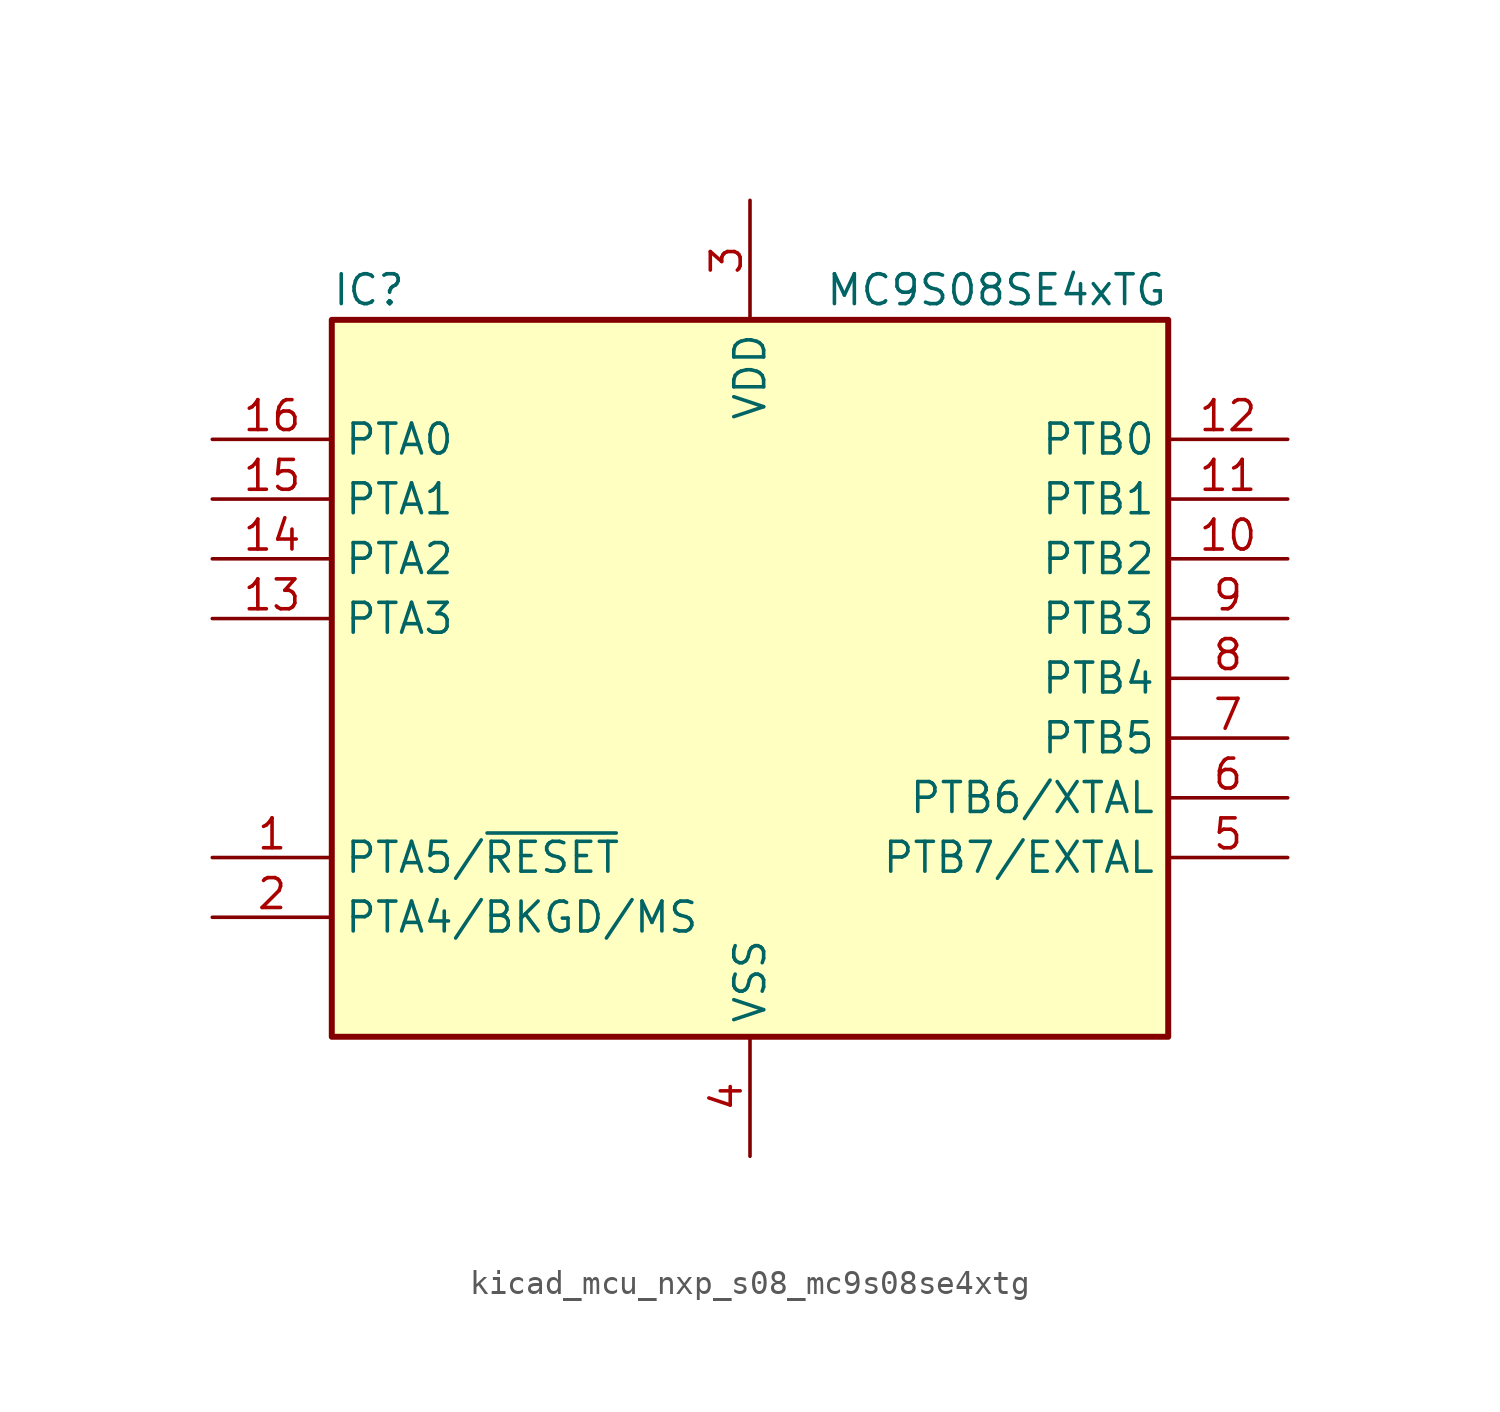
<source format=kicad_sym>
(kicad_symbol_lib
  (version 20220914)
  (generator kicad_symbol_editor)
  (symbol "kicad_mcu_nxp_s08_mc9s08se4xtg"
    (property "Reference" "IC"
      (at -17.78 16.51 0)
      (effects (font (size 1.27 1.27)) (justify left)))
    (property "Value" "MC9S08SE4xTG"
      (at 17.78 16.51 0)
      (effects (font (size 1.27 1.27)) (justify right)))
    (symbol "kicad_mcu_nxp_s08_mc9s08se4xtg_0_1"
      (rectangle (start -17.78 15.24) (end 17.78 -15.24) (stroke (width 0.254) (type default)) (fill (type background))))
    (symbol "kicad_mcu_nxp_s08_mc9s08se4xtg_1_1"
      (pin bidirectional line (at -22.86 -7.62 0) (length 5.08) (name "PTA5/~{RESET}" (effects (font (size 1.27 1.27)))) (number "1" (effects (font (size 1.27 1.27)))))
      (pin bidirectional line (at 22.86 5.08 180) (length 5.08) (name "PTB2" (effects (font (size 1.27 1.27)))) (number "10" (effects (font (size 1.27 1.27)))))
      (pin bidirectional line (at 22.86 7.62 180) (length 5.08) (name "PTB1" (effects (font (size 1.27 1.27)))) (number "11" (effects (font (size 1.27 1.27)))))
      (pin bidirectional line (at 22.86 10.16 180) (length 5.08) (name "PTB0" (effects (font (size 1.27 1.27)))) (number "12" (effects (font (size 1.27 1.27)))))
      (pin bidirectional line (at -22.86 2.54 0) (length 5.08) (name "PTA3" (effects (font (size 1.27 1.27)))) (number "13" (effects (font (size 1.27 1.27)))))
      (pin bidirectional line (at -22.86 5.08 0) (length 5.08) (name "PTA2" (effects (font (size 1.27 1.27)))) (number "14" (effects (font (size 1.27 1.27)))))
      (pin bidirectional line (at -22.86 7.62 0) (length 5.08) (name "PTA1" (effects (font (size 1.27 1.27)))) (number "15" (effects (font (size 1.27 1.27)))))
      (pin bidirectional line (at -22.86 10.16 0) (length 5.08) (name "PTA0" (effects (font (size 1.27 1.27)))) (number "16" (effects (font (size 1.27 1.27)))))
      (pin bidirectional line (at -22.86 -10.16 0) (length 5.08) (name "PTA4/BKGD/MS" (effects (font (size 1.27 1.27)))) (number "2" (effects (font (size 1.27 1.27)))))
      (pin power_in line (at 0 20.32 270) (length 5.08) (name "VDD" (effects (font (size 1.27 1.27)))) (number "3" (effects (font (size 1.27 1.27)))))
      (pin power_in line (at 0 -20.32 90) (length 5.08) (name "VSS" (effects (font (size 1.27 1.27)))) (number "4" (effects (font (size 1.27 1.27)))))
      (pin bidirectional line (at 22.86 -7.62 180) (length 5.08) (name "PTB7/EXTAL" (effects (font (size 1.27 1.27)))) (number "5" (effects (font (size 1.27 1.27)))))
      (pin bidirectional line (at 22.86 -5.08 180) (length 5.08) (name "PTB6/XTAL" (effects (font (size 1.27 1.27)))) (number "6" (effects (font (size 1.27 1.27)))))
      (pin bidirectional line (at 22.86 -2.54 180) (length 5.08) (name "PTB5" (effects (font (size 1.27 1.27)))) (number "7" (effects (font (size 1.27 1.27)))))
      (pin bidirectional line (at 22.86 0 180) (length 5.08) (name "PTB4" (effects (font (size 1.27 1.27)))) (number "8" (effects (font (size 1.27 1.27)))))
      (pin bidirectional line (at 22.86 2.54 180) (length 5.08) (name "PTB3" (effects (font (size 1.27 1.27)))) (number "9" (effects (font (size 1.27 1.27))))))))
</source>
